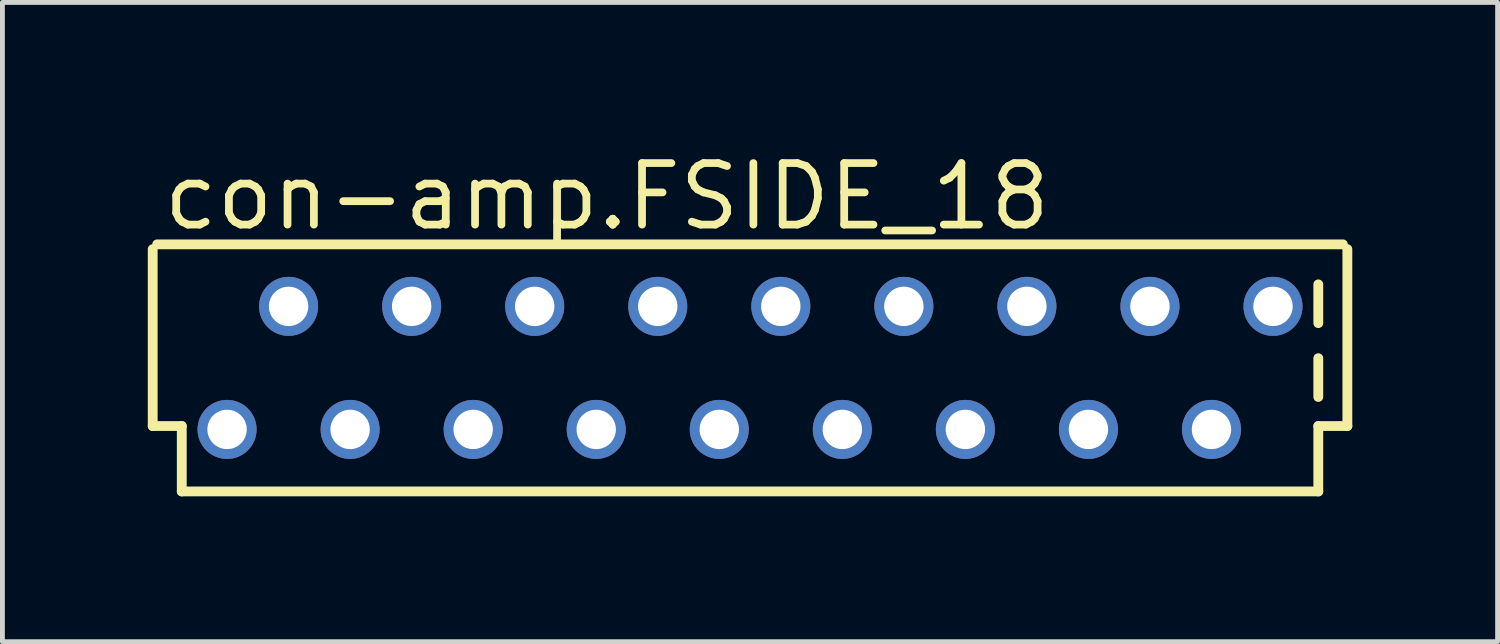
<source format=kicad_pcb>
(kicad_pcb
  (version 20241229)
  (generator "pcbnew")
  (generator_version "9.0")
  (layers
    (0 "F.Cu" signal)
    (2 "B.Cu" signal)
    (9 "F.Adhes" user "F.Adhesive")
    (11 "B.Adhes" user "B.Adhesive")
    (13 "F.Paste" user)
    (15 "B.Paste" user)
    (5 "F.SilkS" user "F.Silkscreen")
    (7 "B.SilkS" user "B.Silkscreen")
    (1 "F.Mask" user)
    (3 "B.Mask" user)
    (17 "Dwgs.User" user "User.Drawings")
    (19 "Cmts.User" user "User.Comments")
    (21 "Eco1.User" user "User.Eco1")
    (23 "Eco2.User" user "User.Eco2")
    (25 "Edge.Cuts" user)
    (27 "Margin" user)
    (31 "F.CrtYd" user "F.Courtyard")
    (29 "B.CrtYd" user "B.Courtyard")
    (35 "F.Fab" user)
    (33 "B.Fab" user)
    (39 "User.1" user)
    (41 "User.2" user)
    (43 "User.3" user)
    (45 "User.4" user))
  (footprint "con-amp.FSIDE_18"
    (layer "F.Cu")
    (at 12.432 4.544)
    (property "Reference" "con-amp.FSIDE_18" (at -12.192 -2.794 0) (layer "F.SilkS") (effects (font (size 1.27 1.27) (thickness 0.16)) (justify left bottom)))
    (attr through_hole)
    (fp_line (start -12.33 -2.451) (end -12.33 1.2) (stroke (width 0.203) (type default)) (layer "F.SilkS"))
    (fp_line (start -12.33 1.2) (end -11.73 1.2) (stroke (width 0.203) (type default)) (layer "F.SilkS"))
    (fp_line (start -11.73 1.2) (end -11.73 2.55) (stroke (width 0.203) (type default)) (layer "F.SilkS"))
    (fp_line (start -11.73 2.55) (end 11.73 2.55) (stroke (width 0.203) (type default)) (layer "F.SilkS"))
    (fp_line (start 11.73 -1.724) (end 11.73 -0.924) (stroke (width 0.203) (type default)) (layer "F.SilkS"))
    (fp_line (start 11.73 -0.2) (end 11.73 0.6) (stroke (width 0.203) (type default)) (layer "F.SilkS"))
    (fp_line (start 11.73 1.2) (end 12.33 1.2) (stroke (width 0.203) (type default)) (layer "F.SilkS"))
    (fp_line (start 11.73 2.55) (end 11.73 1.2) (stroke (width 0.203) (type default)) (layer "F.SilkS"))
    (fp_line (start 12.238 -2.55) (end -12.238 -2.55) (stroke (width 0.203) (type default)) (layer "F.SilkS"))
    (fp_line (start 12.33 1.2) (end 12.33 -2.451) (stroke (width 0.203) (type default)) (layer "F.SilkS"))
    (pad "1" thru_hole circle (at -10.795 1.27) (size 1.219 1.219) (drill 0.813) (layers "*.Cu" "*.Mask"))
    (pad "2" thru_hole circle (at -9.525 -1.27) (size 1.219 1.219) (drill 0.813) (layers "*.Cu" "*.Mask"))
    (pad "3" thru_hole circle (at -8.255 1.27) (size 1.219 1.219) (drill 0.813) (layers "*.Cu" "*.Mask"))
    (pad "4" thru_hole circle (at -6.985 -1.27) (size 1.219 1.219) (drill 0.813) (layers "*.Cu" "*.Mask"))
    (pad "5" thru_hole circle (at -5.715 1.27) (size 1.219 1.219) (drill 0.813) (layers "*.Cu" "*.Mask"))
    (pad "6" thru_hole circle (at -4.445 -1.27) (size 1.219 1.219) (drill 0.813) (layers "*.Cu" "*.Mask"))
    (pad "7" thru_hole circle (at -3.175 1.27) (size 1.219 1.219) (drill 0.813) (layers "*.Cu" "*.Mask"))
    (pad "8" thru_hole circle (at -1.905 -1.27) (size 1.219 1.219) (drill 0.813) (layers "*.Cu" "*.Mask"))
    (pad "9" thru_hole circle (at -0.635 1.27) (size 1.219 1.219) (drill 0.813) (layers "*.Cu" "*.Mask"))
    (pad "10" thru_hole circle (at 0.635 -1.27) (size 1.219 1.219) (drill 0.813) (layers "*.Cu" "*.Mask"))
    (pad "11" thru_hole circle (at 1.905 1.27) (size 1.219 1.219) (drill 0.813) (layers "*.Cu" "*.Mask"))
    (pad "12" thru_hole circle (at 3.175 -1.27) (size 1.219 1.219) (drill 0.813) (layers "*.Cu" "*.Mask"))
    (pad "13" thru_hole circle (at 4.445 1.27) (size 1.219 1.219) (drill 0.813) (layers "*.Cu" "*.Mask"))
    (pad "14" thru_hole circle (at 5.715 -1.27) (size 1.219 1.219) (drill 0.813) (layers "*.Cu" "*.Mask"))
    (pad "15" thru_hole circle (at 6.985 1.27) (size 1.219 1.219) (drill 0.813) (layers "*.Cu" "*.Mask"))
    (pad "16" thru_hole circle (at 8.255 -1.27) (size 1.219 1.219) (drill 0.813) (layers "*.Cu" "*.Mask"))
    (pad "17" thru_hole circle (at 9.525 1.27) (size 1.219 1.219) (drill 0.813) (layers "*.Cu" "*.Mask"))
    (pad "18" thru_hole circle (at 10.795 -1.27) (size 1.219 1.219) (drill 0.813) (layers "*.Cu" "*.Mask")))
  (gr_rect
    (start -3 -3)
    (end 27.863 10.196)
    (stroke (width 0.1) (type default))
    (fill no)
    (layer "Edge.Cuts")))
</source>
